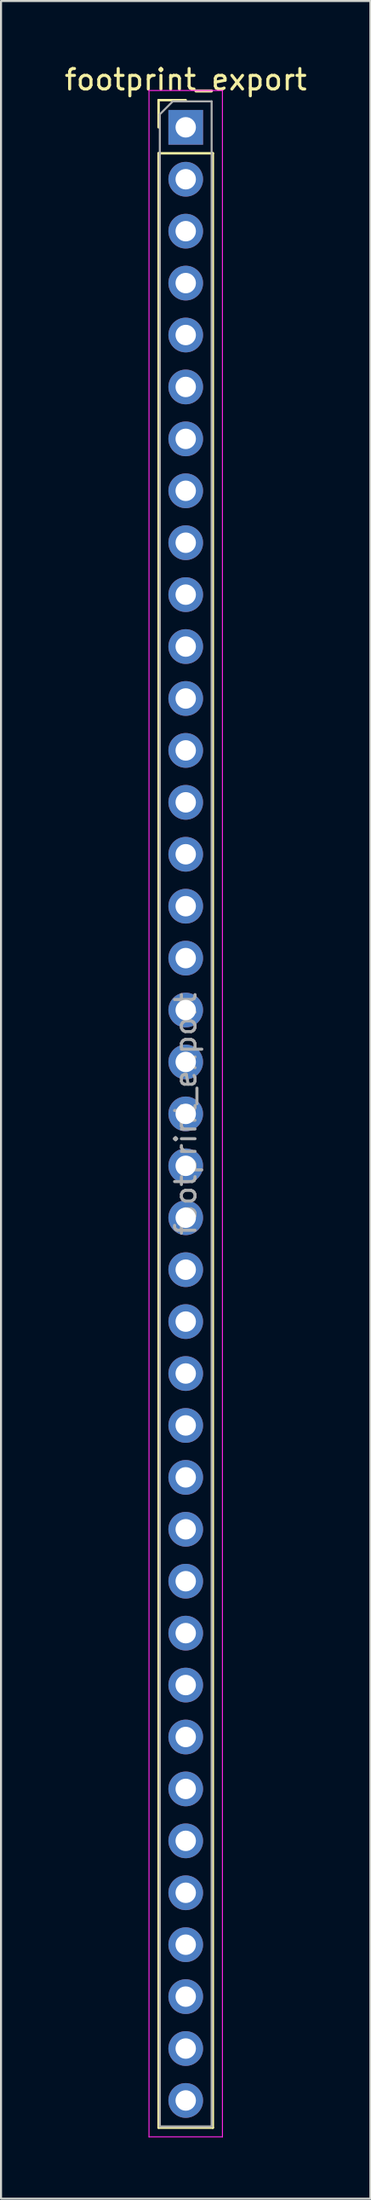
<source format=kicad_pcb>
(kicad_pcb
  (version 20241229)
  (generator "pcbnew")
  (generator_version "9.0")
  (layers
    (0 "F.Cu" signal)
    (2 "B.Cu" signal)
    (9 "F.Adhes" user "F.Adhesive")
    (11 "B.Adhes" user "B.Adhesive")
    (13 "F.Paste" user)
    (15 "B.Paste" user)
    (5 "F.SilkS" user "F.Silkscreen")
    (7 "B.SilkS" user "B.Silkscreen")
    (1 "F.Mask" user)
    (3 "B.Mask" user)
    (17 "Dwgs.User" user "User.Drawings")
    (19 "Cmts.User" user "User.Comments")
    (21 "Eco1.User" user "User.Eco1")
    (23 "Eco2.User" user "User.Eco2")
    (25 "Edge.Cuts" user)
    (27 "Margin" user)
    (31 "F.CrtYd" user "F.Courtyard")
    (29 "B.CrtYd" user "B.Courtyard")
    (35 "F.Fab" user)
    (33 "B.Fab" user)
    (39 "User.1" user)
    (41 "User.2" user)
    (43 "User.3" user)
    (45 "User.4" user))
  (footprint "footprint_export"
    (layer "F.Cu")
    (at 6.054 3.178)
    (property "Reference" "footprint_export" (at 0 -2.33 0) (layer "F.SilkS") (effects (font (size 1 1) (thickness 0.15))))
    (attr through_hole)
    (fp_line (start -1.33 -1.33) (end 0 -1.33) (stroke (width 0.12) (type solid)) (layer "F.SilkS"))
    (fp_line (start -1.33 0) (end -1.33 -1.33) (stroke (width 0.12) (type solid)) (layer "F.SilkS"))
    (fp_line (start -1.33 1.27) (end -1.33 97.85) (stroke (width 0.12) (type solid)) (layer "F.SilkS"))
    (fp_line (start -1.33 1.27) (end 1.33 1.27) (stroke (width 0.12) (type solid)) (layer "F.SilkS"))
    (fp_line (start -1.33 97.85) (end 1.33 97.85) (stroke (width 0.12) (type solid)) (layer "F.SilkS"))
    (fp_line (start 1.33 1.27) (end 1.33 97.85) (stroke (width 0.12) (type solid)) (layer "F.SilkS"))
    (fp_line (start -1.8 -1.8) (end -1.8 98.3) (stroke (width 0.05) (type solid)) (layer "F.CrtYd"))
    (fp_line (start -1.8 98.3) (end 1.8 98.3) (stroke (width 0.05) (type solid)) (layer "F.CrtYd"))
    (fp_line (start 1.8 -1.8) (end -1.8 -1.8) (stroke (width 0.05) (type solid)) (layer "F.CrtYd"))
    (fp_line (start 1.8 98.3) (end 1.8 -1.8) (stroke (width 0.05) (type solid)) (layer "F.CrtYd"))
    (fp_line (start -1.27 -0.635) (end -0.635 -1.27) (stroke (width 0.1) (type solid)) (layer "F.Fab"))
    (fp_line (start -1.27 97.79) (end -1.27 -0.635) (stroke (width 0.1) (type solid)) (layer "F.Fab"))
    (fp_line (start -0.635 -1.27) (end 1.27 -1.27) (stroke (width 0.1) (type solid)) (layer "F.Fab"))
    (fp_line (start 1.27 -1.27) (end 1.27 97.79) (stroke (width 0.1) (type solid)) (layer "F.Fab"))
    (fp_line (start 1.27 97.79) (end -1.27 97.79) (stroke (width 0.1) (type solid)) (layer "F.Fab"))
    (fp_text user "${REFERENCE}" (at 0 48.26 90) (layer "F.Fab") (effects (font (size 1 1) (thickness 0.15))))
    (pad "1" thru_hole rect (at 0 0) (size 1.7 1.7) (drill 1) (layers "*.Cu" "*.Mask"))
    (pad "2" thru_hole oval (at 0 2.54) (size 1.7 1.7) (drill 1) (layers "*.Cu" "*.Mask"))
    (pad "3" thru_hole oval (at 0 5.08) (size 1.7 1.7) (drill 1) (layers "*.Cu" "*.Mask"))
    (pad "4" thru_hole oval (at 0 7.62) (size 1.7 1.7) (drill 1) (layers "*.Cu" "*.Mask"))
    (pad "5" thru_hole oval (at 0 10.16) (size 1.7 1.7) (drill 1) (layers "*.Cu" "*.Mask"))
    (pad "6" thru_hole oval (at 0 12.7) (size 1.7 1.7) (drill 1) (layers "*.Cu" "*.Mask"))
    (pad "7" thru_hole oval (at 0 15.24) (size 1.7 1.7) (drill 1) (layers "*.Cu" "*.Mask"))
    (pad "8" thru_hole oval (at 0 17.78) (size 1.7 1.7) (drill 1) (layers "*.Cu" "*.Mask"))
    (pad "9" thru_hole oval (at 0 20.32) (size 1.7 1.7) (drill 1) (layers "*.Cu" "*.Mask"))
    (pad "10" thru_hole oval (at 0 22.86) (size 1.7 1.7) (drill 1) (layers "*.Cu" "*.Mask"))
    (pad "11" thru_hole oval (at 0 25.4) (size 1.7 1.7) (drill 1) (layers "*.Cu" "*.Mask"))
    (pad "12" thru_hole oval (at 0 27.94) (size 1.7 1.7) (drill 1) (layers "*.Cu" "*.Mask"))
    (pad "13" thru_hole oval (at 0 30.48) (size 1.7 1.7) (drill 1) (layers "*.Cu" "*.Mask"))
    (pad "14" thru_hole oval (at 0 33.02) (size 1.7 1.7) (drill 1) (layers "*.Cu" "*.Mask"))
    (pad "15" thru_hole oval (at 0 35.56) (size 1.7 1.7) (drill 1) (layers "*.Cu" "*.Mask"))
    (pad "16" thru_hole oval (at 0 38.1) (size 1.7 1.7) (drill 1) (layers "*.Cu" "*.Mask"))
    (pad "17" thru_hole oval (at 0 40.64) (size 1.7 1.7) (drill 1) (layers "*.Cu" "*.Mask"))
    (pad "18" thru_hole oval (at 0 43.18) (size 1.7 1.7) (drill 1) (layers "*.Cu" "*.Mask"))
    (pad "19" thru_hole oval (at 0 45.72) (size 1.7 1.7) (drill 1) (layers "*.Cu" "*.Mask"))
    (pad "20" thru_hole oval (at 0 48.26) (size 1.7 1.7) (drill 1) (layers "*.Cu" "*.Mask"))
    (pad "21" thru_hole oval (at 0 50.8) (size 1.7 1.7) (drill 1) (layers "*.Cu" "*.Mask"))
    (pad "22" thru_hole oval (at 0 53.34) (size 1.7 1.7) (drill 1) (layers "*.Cu" "*.Mask"))
    (pad "23" thru_hole oval (at 0 55.88) (size 1.7 1.7) (drill 1) (layers "*.Cu" "*.Mask"))
    (pad "24" thru_hole oval (at 0 58.42) (size 1.7 1.7) (drill 1) (layers "*.Cu" "*.Mask"))
    (pad "25" thru_hole oval (at 0 60.96) (size 1.7 1.7) (drill 1) (layers "*.Cu" "*.Mask"))
    (pad "26" thru_hole oval (at 0 63.5) (size 1.7 1.7) (drill 1) (layers "*.Cu" "*.Mask"))
    (pad "27" thru_hole oval (at 0 66.04) (size 1.7 1.7) (drill 1) (layers "*.Cu" "*.Mask"))
    (pad "28" thru_hole oval (at 0 68.58) (size 1.7 1.7) (drill 1) (layers "*.Cu" "*.Mask"))
    (pad "29" thru_hole oval (at 0 71.12) (size 1.7 1.7) (drill 1) (layers "*.Cu" "*.Mask"))
    (pad "30" thru_hole oval (at 0 73.66) (size 1.7 1.7) (drill 1) (layers "*.Cu" "*.Mask"))
    (pad "31" thru_hole oval (at 0 76.2) (size 1.7 1.7) (drill 1) (layers "*.Cu" "*.Mask"))
    (pad "32" thru_hole oval (at 0 78.74) (size 1.7 1.7) (drill 1) (layers "*.Cu" "*.Mask"))
    (pad "33" thru_hole oval (at 0 81.28) (size 1.7 1.7) (drill 1) (layers "*.Cu" "*.Mask"))
    (pad "34" thru_hole oval (at 0 83.82) (size 1.7 1.7) (drill 1) (layers "*.Cu" "*.Mask"))
    (pad "35" thru_hole oval (at 0 86.36) (size 1.7 1.7) (drill 1) (layers "*.Cu" "*.Mask"))
    (pad "36" thru_hole oval (at 0 88.9) (size 1.7 1.7) (drill 1) (layers "*.Cu" "*.Mask"))
    (pad "37" thru_hole oval (at 0 91.44) (size 1.7 1.7) (drill 1) (layers "*.Cu" "*.Mask"))
    (pad "38" thru_hole oval (at 0 93.98) (size 1.7 1.7) (drill 1) (layers "*.Cu" "*.Mask"))
    (pad "39" thru_hole oval (at 0 96.52) (size 1.7 1.7) (drill 1) (layers "*.Cu" "*.Mask")))
  (gr_rect
    (start -3 -3)
    (end 15.107 104.503)
    (stroke (width 0.1) (type default))
    (fill no)
    (layer "Edge.Cuts")))
</source>
